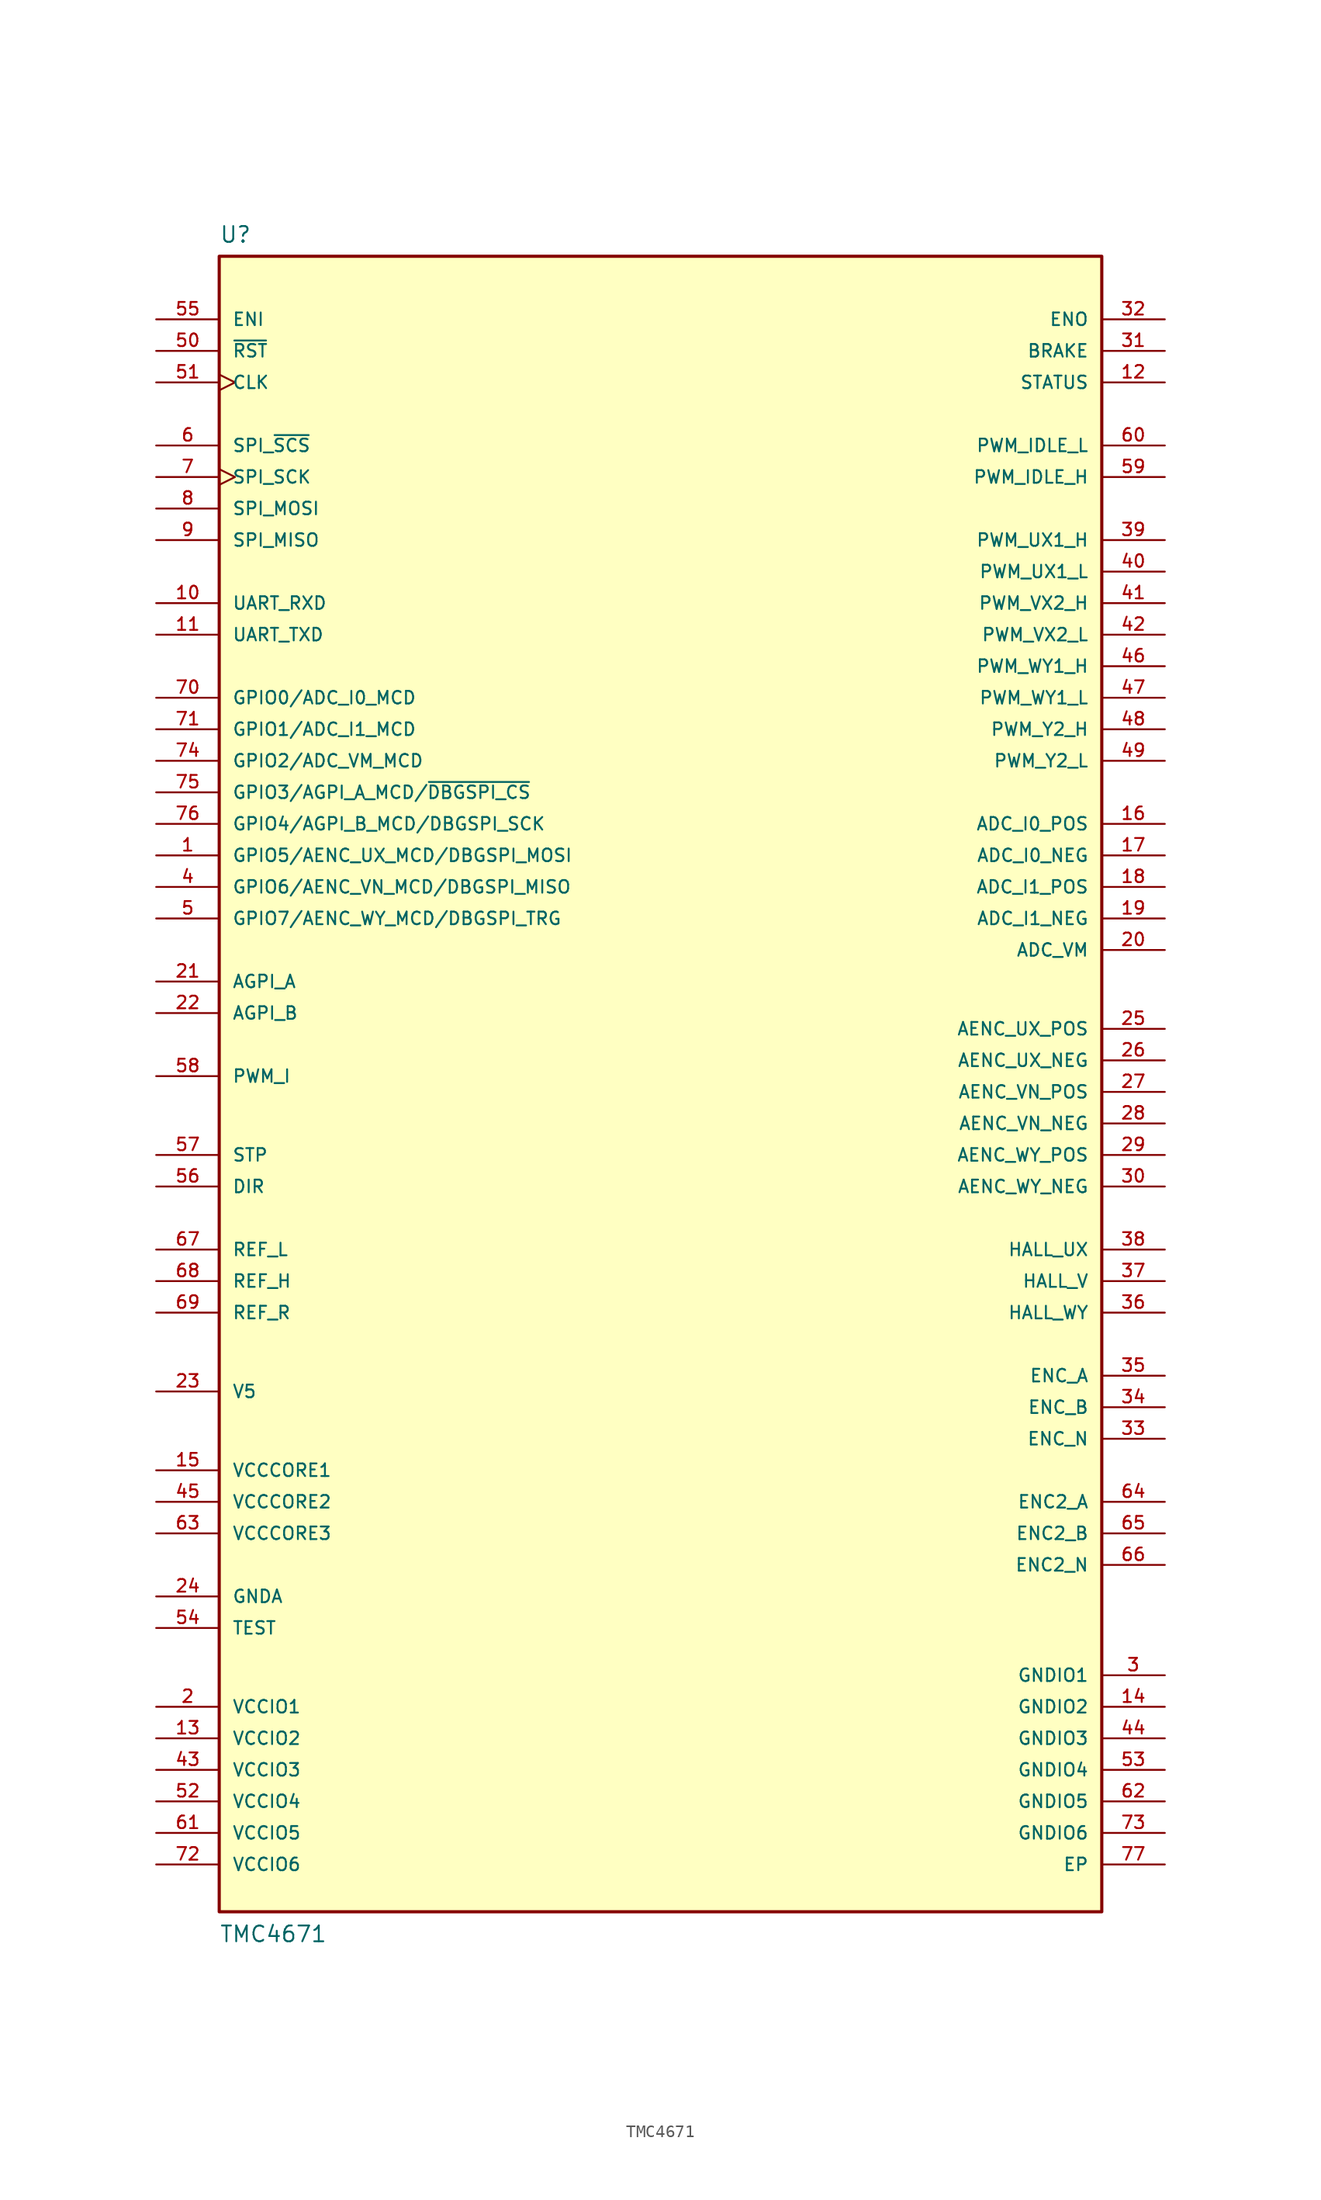
<source format=kicad_sym>
(kicad_symbol_lib
  (version 20220914)
  (generator kicad_symbol_editor)
  (symbol "TMC4671"
    (pin_names
      (offset 1.016))
    (property "Reference" "U"
      (at -35.56 72.12 0)
      (effects (font (size 1.27 1.27)) (justify left bottom)))
    (property "Value" "TMC4671"
      (at -35.56 -64.77 0)
      (effects (font (size 1.27 1.27)) (justify left bottom)))
    (symbol "TMC4671_0_0"
      (rectangle (start -35.56 71.12) (end 35.56 -62.23) (stroke (width 0.254) (type default)) (fill (type background)))
      (pin bidirectional line (at -40.64 22.86 0) (length 5.08) (name "GPIO5/AENC_UX_MCD/DBGSPI_MOSI" (effects (font (size 1.016 1.016)))) (number "1" (effects (font (size 1.016 1.016)))))
      (pin input line (at -40.64 43.18 0) (length 5.08) (name "UART_RXD" (effects (font (size 1.016 1.016)))) (number "10" (effects (font (size 1.016 1.016)))))
      (pin output line (at -40.64 40.64 0) (length 5.08) (name "UART_TXD" (effects (font (size 1.016 1.016)))) (number "11" (effects (font (size 1.016 1.016)))))
      (pin output line (at 40.64 60.96 180) (length 5.08) (name "STATUS" (effects (font (size 1.016 1.016)))) (number "12" (effects (font (size 1.016 1.016)))))
      (pin power_in line (at -40.64 -48.26 0) (length 5.08) (name "VCCIO2" (effects (font (size 1.016 1.016)))) (number "13" (effects (font (size 1.016 1.016)))))
      (pin power_in line (at 40.64 -45.72 180) (length 5.08) (name "GNDIO2" (effects (font (size 1.016 1.016)))) (number "14" (effects (font (size 1.016 1.016)))))
      (pin power_in line (at -40.64 -26.67 0) (length 5.08) (name "VCCCORE1" (effects (font (size 1.016 1.016)))) (number "15" (effects (font (size 1.016 1.016)))))
      (pin input line (at 40.64 25.4 180) (length 5.08) (name "ADC_I0_POS" (effects (font (size 1.016 1.016)))) (number "16" (effects (font (size 1.016 1.016)))))
      (pin input line (at 40.64 22.86 180) (length 5.08) (name "ADC_I0_NEG" (effects (font (size 1.016 1.016)))) (number "17" (effects (font (size 1.016 1.016)))))
      (pin input line (at 40.64 20.32 180) (length 5.08) (name "ADC_I1_POS" (effects (font (size 1.016 1.016)))) (number "18" (effects (font (size 1.016 1.016)))))
      (pin input line (at 40.64 17.78 180) (length 5.08) (name "ADC_I1_NEG" (effects (font (size 1.016 1.016)))) (number "19" (effects (font (size 1.016 1.016)))))
      (pin power_in line (at -40.64 -45.72 0) (length 5.08) (name "VCCIO1" (effects (font (size 1.016 1.016)))) (number "2" (effects (font (size 1.016 1.016)))))
      (pin input line (at 40.64 15.24 180) (length 5.08) (name "ADC_VM" (effects (font (size 1.016 1.016)))) (number "20" (effects (font (size 1.016 1.016)))))
      (pin input line (at -40.64 12.7 0) (length 5.08) (name "AGPI_A" (effects (font (size 1.016 1.016)))) (number "21" (effects (font (size 1.016 1.016)))))
      (pin input line (at -40.64 10.16 0) (length 5.08) (name "AGPI_B" (effects (font (size 1.016 1.016)))) (number "22" (effects (font (size 1.016 1.016)))))
      (pin power_in line (at -40.64 -20.32 0) (length 5.08) (name "V5" (effects (font (size 1.016 1.016)))) (number "23" (effects (font (size 1.016 1.016)))))
      (pin power_in line (at -40.64 -36.83 0) (length 5.08) (name "GNDA" (effects (font (size 1.016 1.016)))) (number "24" (effects (font (size 1.016 1.016)))))
      (pin input line (at 40.64 8.89 180) (length 5.08) (name "AENC_UX_POS" (effects (font (size 1.016 1.016)))) (number "25" (effects (font (size 1.016 1.016)))))
      (pin input line (at 40.64 6.35 180) (length 5.08) (name "AENC_UX_NEG" (effects (font (size 1.016 1.016)))) (number "26" (effects (font (size 1.016 1.016)))))
      (pin input line (at 40.64 3.81 180) (length 5.08) (name "AENC_VN_POS" (effects (font (size 1.016 1.016)))) (number "27" (effects (font (size 1.016 1.016)))))
      (pin input line (at 40.64 1.27 180) (length 5.08) (name "AENC_VN_NEG" (effects (font (size 1.016 1.016)))) (number "28" (effects (font (size 1.016 1.016)))))
      (pin input line (at 40.64 -1.27 180) (length 5.08) (name "AENC_WY_POS" (effects (font (size 1.016 1.016)))) (number "29" (effects (font (size 1.016 1.016)))))
      (pin power_in line (at 40.64 -43.18 180) (length 5.08) (name "GNDIO1" (effects (font (size 1.016 1.016)))) (number "3" (effects (font (size 1.016 1.016)))))
      (pin input line (at 40.64 -3.81 180) (length 5.08) (name "AENC_WY_NEG" (effects (font (size 1.016 1.016)))) (number "30" (effects (font (size 1.016 1.016)))))
      (pin output line (at 40.64 63.5 180) (length 5.08) (name "BRAKE" (effects (font (size 1.016 1.016)))) (number "31" (effects (font (size 1.016 1.016)))))
      (pin output line (at 40.64 66.04 180) (length 5.08) (name "ENO" (effects (font (size 1.016 1.016)))) (number "32" (effects (font (size 1.016 1.016)))))
      (pin input line (at 40.64 -24.13 180) (length 5.08) (name "ENC_N" (effects (font (size 1.016 1.016)))) (number "33" (effects (font (size 1.016 1.016)))))
      (pin input line (at 40.64 -21.59 180) (length 5.08) (name "ENC_B" (effects (font (size 1.016 1.016)))) (number "34" (effects (font (size 1.016 1.016)))))
      (pin input line (at 40.64 -19.05 180) (length 5.08) (name "ENC_A" (effects (font (size 1.016 1.016)))) (number "35" (effects (font (size 1.016 1.016)))))
      (pin input line (at 40.64 -13.97 180) (length 5.08) (name "HALL_WY" (effects (font (size 1.016 1.016)))) (number "36" (effects (font (size 1.016 1.016)))))
      (pin input line (at 40.64 -11.43 180) (length 5.08) (name "HALL_V" (effects (font (size 1.016 1.016)))) (number "37" (effects (font (size 1.016 1.016)))))
      (pin input line (at 40.64 -8.89 180) (length 5.08) (name "HALL_UX" (effects (font (size 1.016 1.016)))) (number "38" (effects (font (size 1.016 1.016)))))
      (pin output line (at 40.64 48.26 180) (length 5.08) (name "PWM_UX1_H" (effects (font (size 1.016 1.016)))) (number "39" (effects (font (size 1.016 1.016)))))
      (pin bidirectional line (at -40.64 20.32 0) (length 5.08) (name "GPIO6/AENC_VN_MCD/DBGSPI_MISO" (effects (font (size 1.016 1.016)))) (number "4" (effects (font (size 1.016 1.016)))))
      (pin output line (at 40.64 45.72 180) (length 5.08) (name "PWM_UX1_L" (effects (font (size 1.016 1.016)))) (number "40" (effects (font (size 1.016 1.016)))))
      (pin output line (at 40.64 43.18 180) (length 5.08) (name "PWM_VX2_H" (effects (font (size 1.016 1.016)))) (number "41" (effects (font (size 1.016 1.016)))))
      (pin output line (at 40.64 40.64 180) (length 5.08) (name "PWM_VX2_L" (effects (font (size 1.016 1.016)))) (number "42" (effects (font (size 1.016 1.016)))))
      (pin power_in line (at -40.64 -50.8 0) (length 5.08) (name "VCCIO3" (effects (font (size 1.016 1.016)))) (number "43" (effects (font (size 1.016 1.016)))))
      (pin power_in line (at 40.64 -48.26 180) (length 5.08) (name "GNDIO3" (effects (font (size 1.016 1.016)))) (number "44" (effects (font (size 1.016 1.016)))))
      (pin power_in line (at -40.64 -29.21 0) (length 5.08) (name "VCCCORE2" (effects (font (size 1.016 1.016)))) (number "45" (effects (font (size 1.016 1.016)))))
      (pin output line (at 40.64 38.1 180) (length 5.08) (name "PWM_WY1_H" (effects (font (size 1.016 1.016)))) (number "46" (effects (font (size 1.016 1.016)))))
      (pin output line (at 40.64 35.56 180) (length 5.08) (name "PWM_WY1_L" (effects (font (size 1.016 1.016)))) (number "47" (effects (font (size 1.016 1.016)))))
      (pin output line (at 40.64 33.02 180) (length 5.08) (name "PWM_Y2_H" (effects (font (size 1.016 1.016)))) (number "48" (effects (font (size 1.016 1.016)))))
      (pin output line (at 40.64 30.48 180) (length 5.08) (name "PWM_Y2_L" (effects (font (size 1.016 1.016)))) (number "49" (effects (font (size 1.016 1.016)))))
      (pin bidirectional line (at -40.64 17.78 0) (length 5.08) (name "GPIO7/AENC_WY_MCD/DBGSPI_TRG" (effects (font (size 1.016 1.016)))) (number "5" (effects (font (size 1.016 1.016)))))
      (pin input line (at -40.64 63.5 0) (length 5.08) (name "~{RST}" (effects (font (size 1.016 1.016)))) (number "50" (effects (font (size 1.016 1.016)))))
      (pin input clock (at -40.64 60.96 0) (length 5.08) (name "CLK" (effects (font (size 1.016 1.016)))) (number "51" (effects (font (size 1.016 1.016)))))
      (pin power_in line (at -40.64 -53.34 0) (length 5.08) (name "VCCIO4" (effects (font (size 1.016 1.016)))) (number "52" (effects (font (size 1.016 1.016)))))
      (pin power_in line (at 40.64 -50.8 180) (length 5.08) (name "GNDIO4" (effects (font (size 1.016 1.016)))) (number "53" (effects (font (size 1.016 1.016)))))
      (pin input line (at -40.64 -39.37 0) (length 5.08) (name "TEST" (effects (font (size 1.016 1.016)))) (number "54" (effects (font (size 1.016 1.016)))))
      (pin input line (at -40.64 66.04 0) (length 5.08) (name "ENI" (effects (font (size 1.016 1.016)))) (number "55" (effects (font (size 1.016 1.016)))))
      (pin input line (at -40.64 -3.81 0) (length 5.08) (name "DIR" (effects (font (size 1.016 1.016)))) (number "56" (effects (font (size 1.016 1.016)))))
      (pin input line (at -40.64 -1.27 0) (length 5.08) (name "STP" (effects (font (size 1.016 1.016)))) (number "57" (effects (font (size 1.016 1.016)))))
      (pin input line (at -40.64 5.08 0) (length 5.08) (name "PWM_I" (effects (font (size 1.016 1.016)))) (number "58" (effects (font (size 1.016 1.016)))))
      (pin input line (at 40.64 53.34 180) (length 5.08) (name "PWM_IDLE_H" (effects (font (size 1.016 1.016)))) (number "59" (effects (font (size 1.016 1.016)))))
      (pin input line (at -40.64 55.88 0) (length 5.08) (name "SPI_~{SCS}" (effects (font (size 1.016 1.016)))) (number "6" (effects (font (size 1.016 1.016)))))
      (pin input line (at 40.64 55.88 180) (length 5.08) (name "PWM_IDLE_L" (effects (font (size 1.016 1.016)))) (number "60" (effects (font (size 1.016 1.016)))))
      (pin power_in line (at -40.64 -55.88 0) (length 5.08) (name "VCCIO5" (effects (font (size 1.016 1.016)))) (number "61" (effects (font (size 1.016 1.016)))))
      (pin power_in line (at 40.64 -53.34 180) (length 5.08) (name "GNDIO5" (effects (font (size 1.016 1.016)))) (number "62" (effects (font (size 1.016 1.016)))))
      (pin power_in line (at -40.64 -31.75 0) (length 5.08) (name "VCCCORE3" (effects (font (size 1.016 1.016)))) (number "63" (effects (font (size 1.016 1.016)))))
      (pin input line (at 40.64 -29.21 180) (length 5.08) (name "ENC2_A" (effects (font (size 1.016 1.016)))) (number "64" (effects (font (size 1.016 1.016)))))
      (pin input line (at 40.64 -31.75 180) (length 5.08) (name "ENC2_B" (effects (font (size 1.016 1.016)))) (number "65" (effects (font (size 1.016 1.016)))))
      (pin input line (at 40.64 -34.29 180) (length 5.08) (name "ENC2_N" (effects (font (size 1.016 1.016)))) (number "66" (effects (font (size 1.016 1.016)))))
      (pin input line (at -40.64 -8.89 0) (length 5.08) (name "REF_L" (effects (font (size 1.016 1.016)))) (number "67" (effects (font (size 1.016 1.016)))))
      (pin input line (at -40.64 -11.43 0) (length 5.08) (name "REF_H" (effects (font (size 1.016 1.016)))) (number "68" (effects (font (size 1.016 1.016)))))
      (pin input line (at -40.64 -13.97 0) (length 5.08) (name "REF_R" (effects (font (size 1.016 1.016)))) (number "69" (effects (font (size 1.016 1.016)))))
      (pin input clock (at -40.64 53.34 0) (length 5.08) (name "SPI_SCK" (effects (font (size 1.016 1.016)))) (number "7" (effects (font (size 1.016 1.016)))))
      (pin bidirectional line (at -40.64 35.56 0) (length 5.08) (name "GPIO0/ADC_I0_MCD" (effects (font (size 1.016 1.016)))) (number "70" (effects (font (size 1.016 1.016)))))
      (pin bidirectional line (at -40.64 33.02 0) (length 5.08) (name "GPIO1/ADC_I1_MCD" (effects (font (size 1.016 1.016)))) (number "71" (effects (font (size 1.016 1.016)))))
      (pin power_in line (at -40.64 -58.42 0) (length 5.08) (name "VCCIO6" (effects (font (size 1.016 1.016)))) (number "72" (effects (font (size 1.016 1.016)))))
      (pin power_in line (at 40.64 -55.88 180) (length 5.08) (name "GNDIO6" (effects (font (size 1.016 1.016)))) (number "73" (effects (font (size 1.016 1.016)))))
      (pin bidirectional line (at -40.64 30.48 0) (length 5.08) (name "GPIO2/ADC_VM_MCD" (effects (font (size 1.016 1.016)))) (number "74" (effects (font (size 1.016 1.016)))))
      (pin bidirectional line (at -40.64 25.4 0) (length 5.08) (name "GPIO4/AGPI_B_MCD/DBGSPI_SCK" (effects (font (size 1.016 1.016)))) (number "76" (effects (font (size 1.016 1.016)))))
      (pin power_in line (at 40.64 -58.42 180) (length 5.08) (name "EP" (effects (font (size 1.016 1.016)))) (number "77" (effects (font (size 1.016 1.016)))))
      (pin input line (at -40.64 50.8 0) (length 5.08) (name "SPI_MOSI" (effects (font (size 1.016 1.016)))) (number "8" (effects (font (size 1.016 1.016)))))
      (pin output line (at -40.64 48.26 0) (length 5.08) (name "SPI_MISO" (effects (font (size 1.016 1.016)))) (number "9" (effects (font (size 1.016 1.016))))))
    (symbol "TMC4671_1_0"
      (pin bidirectional line (at -40.64 27.94 0) (length 5.08) (name "GPIO3/AGPI_A_MCD/~{DBGSPI_CS}" (effects (font (size 1.016 1.016)))) (number "75" (effects (font (size 1.016 1.016))))))))
</source>
